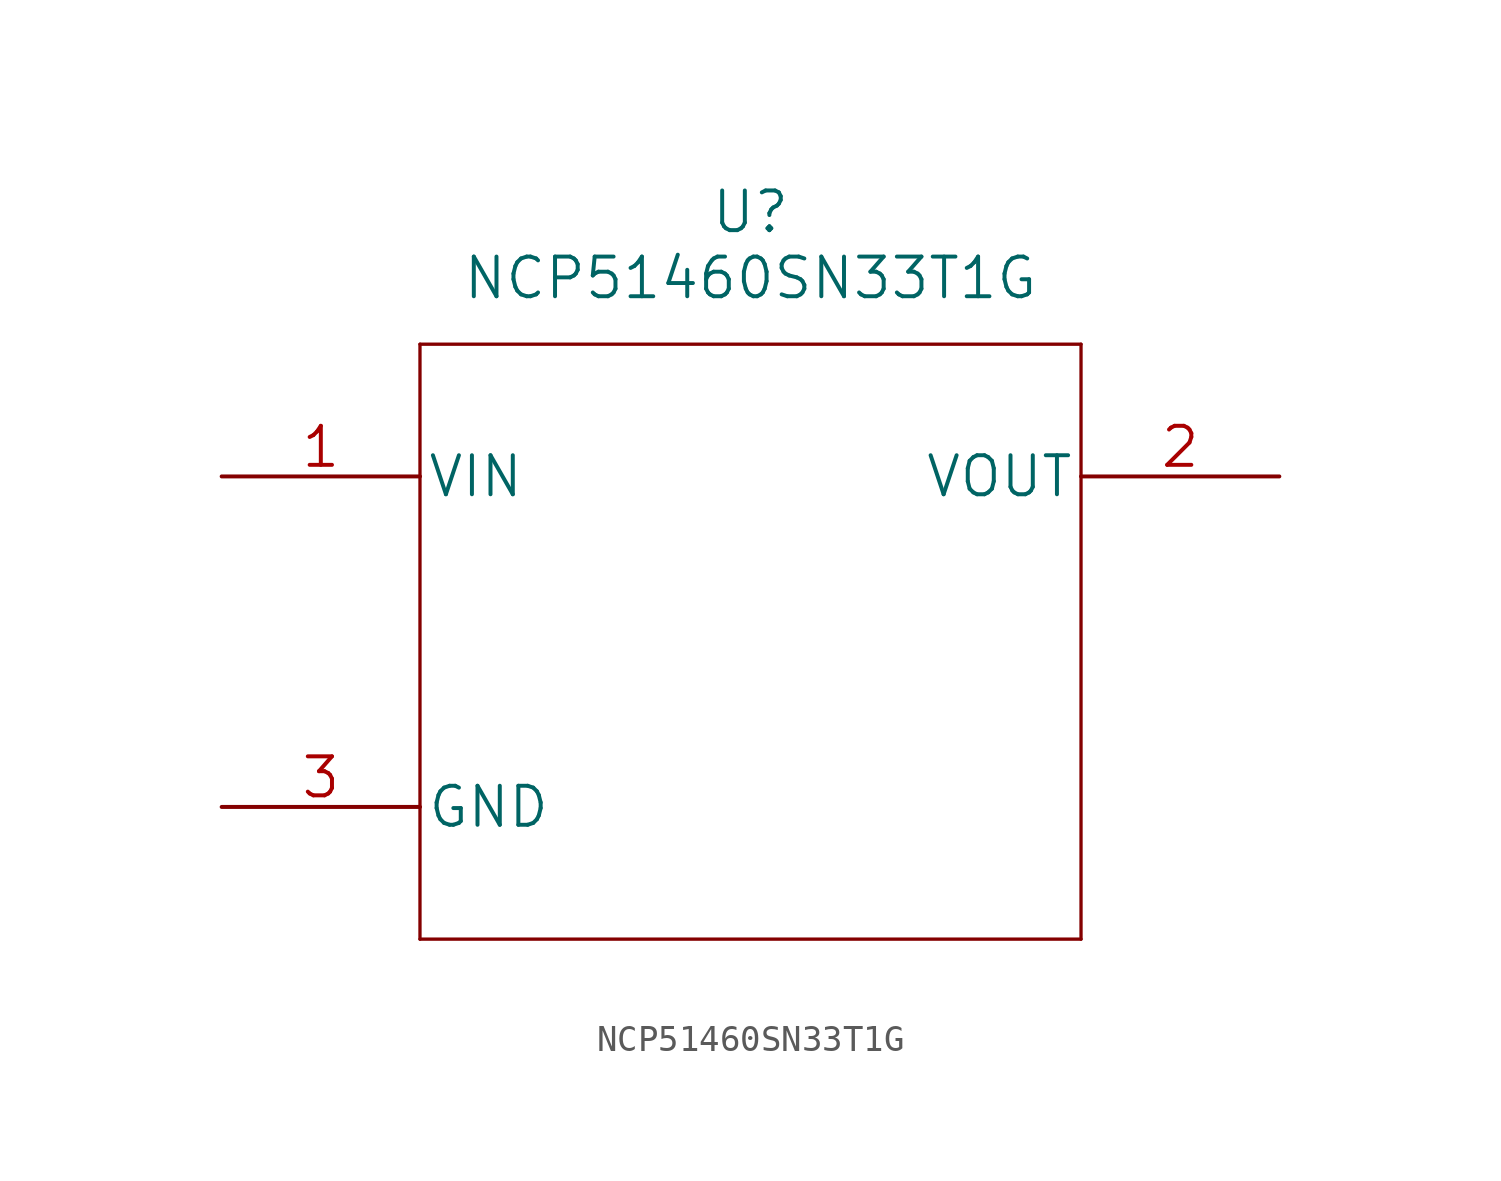
<source format=kicad_sym>
(kicad_symbol_lib
  (version 20211014)
  (generator kicad_symbol_editor)
  (symbol "NCP51460SN33T1G"
    (pin_names
      (offset 0.254))
    (property "Reference" "U"
      (at 20.32 10.16 0)
      (effects (font (size 1.524 1.524))))
    (property "Value" "NCP51460SN33T1G"
      (at 20.32 7.62 0)
      (effects (font (size 1.524 1.524))))
    (symbol "NCP51460SN33T1G_1_1"
      (polyline (pts (xy 7.62 -17.78) (xy 33.02 -17.78)) (stroke (width 0.127) (type default) (color 0 0 0 0)) (fill (type none)))
      (polyline (pts (xy 7.62 5.08) (xy 7.62 -17.78)) (stroke (width 0.127) (type default) (color 0 0 0 0)) (fill (type none)))
      (polyline (pts (xy 33.02 -17.78) (xy 33.02 5.08)) (stroke (width 0.127) (type default) (color 0 0 0 0)) (fill (type none)))
      (polyline (pts (xy 33.02 5.08) (xy 7.62 5.08)) (stroke (width 0.127) (type default) (color 0 0 0 0)) (fill (type none)))
      (pin input line (at 0 0 0) (length 7.62) (name "VIN" (effects (font (size 1.499 1.499)))) (number "1" (effects (font (size 1.499 1.499)))))
      (pin output line (at 40.64 0 180) (length 7.62) (name "VOUT" (effects (font (size 1.499 1.499)))) (number "2" (effects (font (size 1.499 1.499)))))
      (pin power_in line (at 0 -12.7 0) (length 7.62) (name "GND" (effects (font (size 1.499 1.499)))) (number "3" (effects (font (size 1.499 1.499))))))))
</source>
